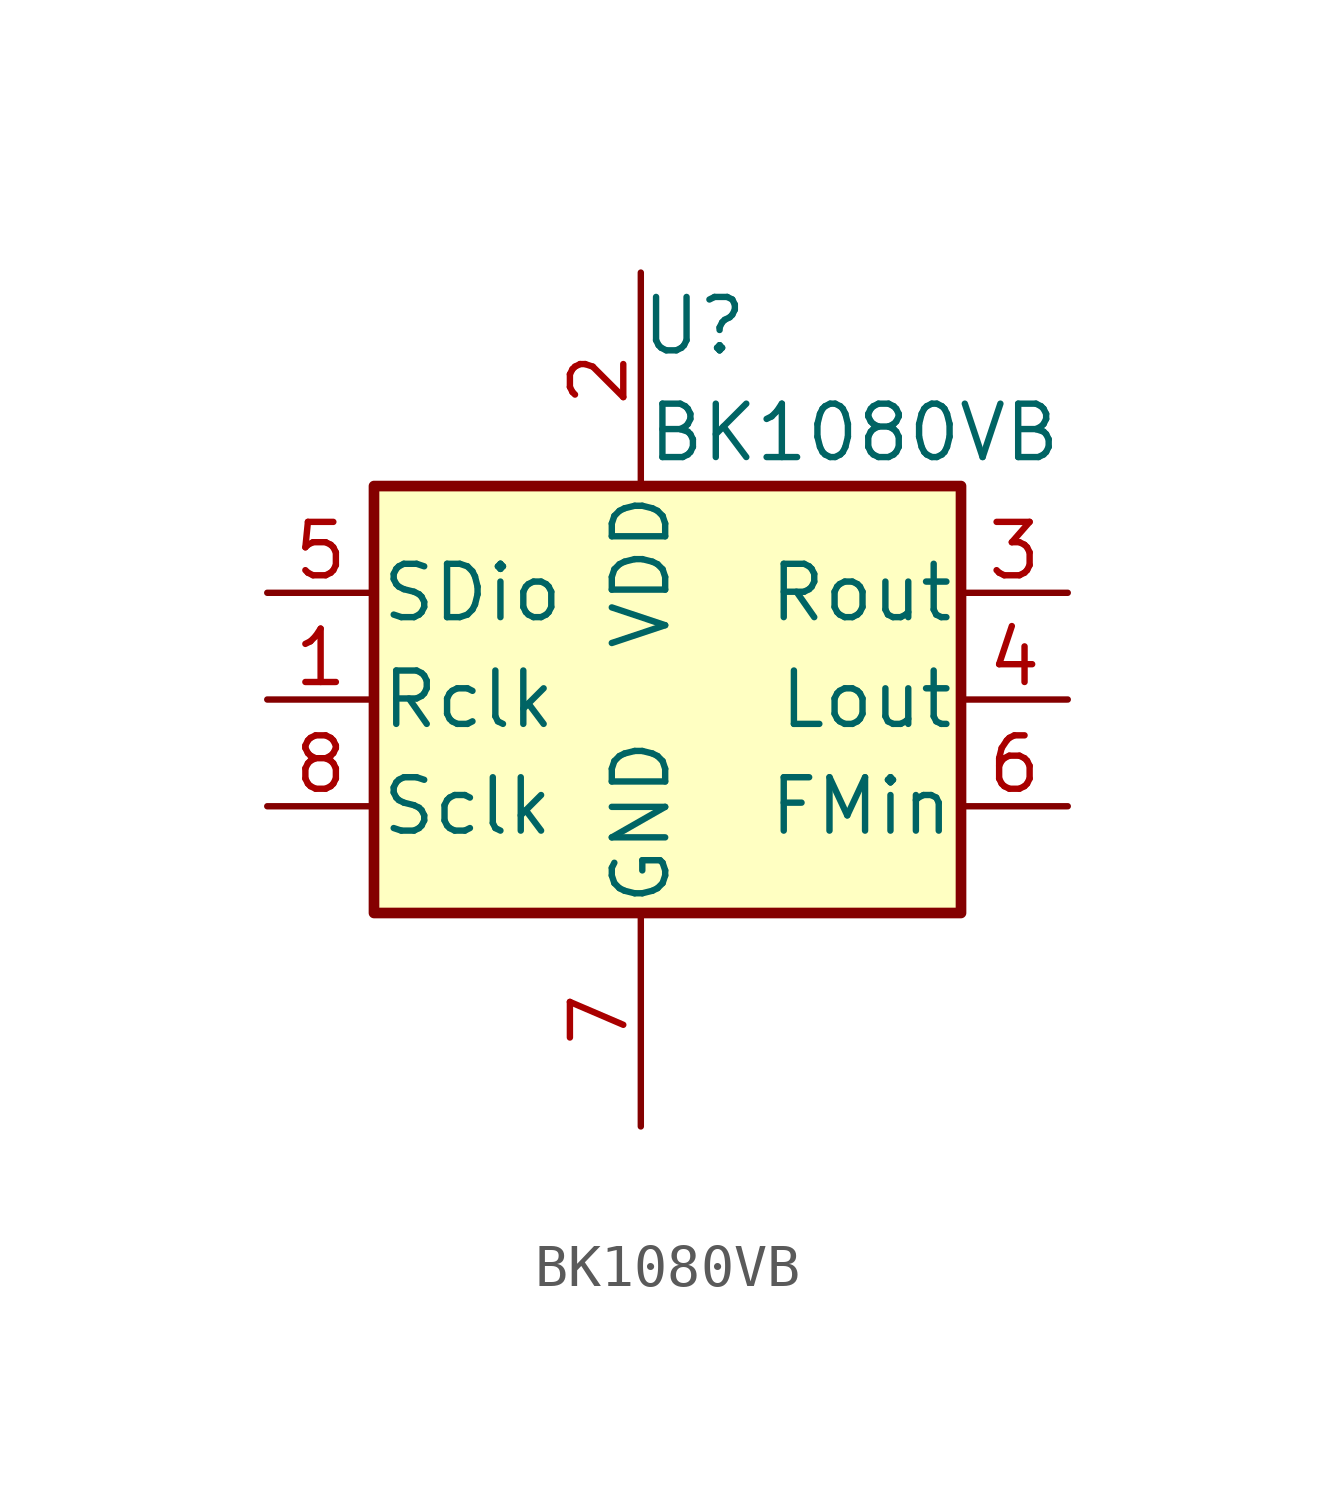
<source format=kicad_sym>
(kicad_symbol_lib
  (version 20220914)
  (generator kicad_symbol_editor)
  (symbol "BK1080VB"
    (pin_names
      (offset 0.127))
    (property "Reference" "U"
      (at 1.27 8.89 0)
      (effects (font (size 1.27 1.27))))
    (property "Value" "BK1080VB"
      (at 5.08 6.35 0)
      (effects (font (size 1.27 1.27))))
    (symbol "BK1080VB_0_1"
      (rectangle (start -6.35 5.08) (end 7.62 -5.08) (stroke (width 0.254) (type default)) (fill (type background))))
    (symbol "BK1080VB_1_1"
      (pin input line (at -8.89 0 0) (length 2.54) (name "Rclk" (effects (font (size 1.27 1.27)))) (number "1" (effects (font (size 1.27 1.27)))))
      (pin power_in line (at 0 10.16 270) (length 5.08) (name "VDD" (effects (font (size 1.27 1.27)))) (number "2" (effects (font (size 1.27 1.27)))))
      (pin output line (at 10.16 2.54 180) (length 2.54) (name "Rout" (effects (font (size 1.27 1.27)))) (number "3" (effects (font (size 1.27 1.27)))))
      (pin output line (at 10.16 0 180) (length 2.54) (name "Lout" (effects (font (size 1.27 1.27)))) (number "4" (effects (font (size 1.27 1.27)))))
      (pin input line (at -8.89 2.54 0) (length 2.54) (name "SDio" (effects (font (size 1.27 1.27)))) (number "5" (effects (font (size 1.27 1.27)))))
      (pin input line (at 10.16 -2.54 180) (length 2.54) (name "FMin" (effects (font (size 1.27 1.27)))) (number "6" (effects (font (size 1.27 1.27)))))
      (pin power_in line (at 0 -10.16 90) (length 5.08) (name "GND" (effects (font (size 1.27 1.27)))) (number "7" (effects (font (size 1.27 1.27)))))
      (pin input line (at -8.89 -2.54 0) (length 2.54) (name "Sclk" (effects (font (size 1.27 1.27)))) (number "8" (effects (font (size 1.27 1.27))))))))
</source>
